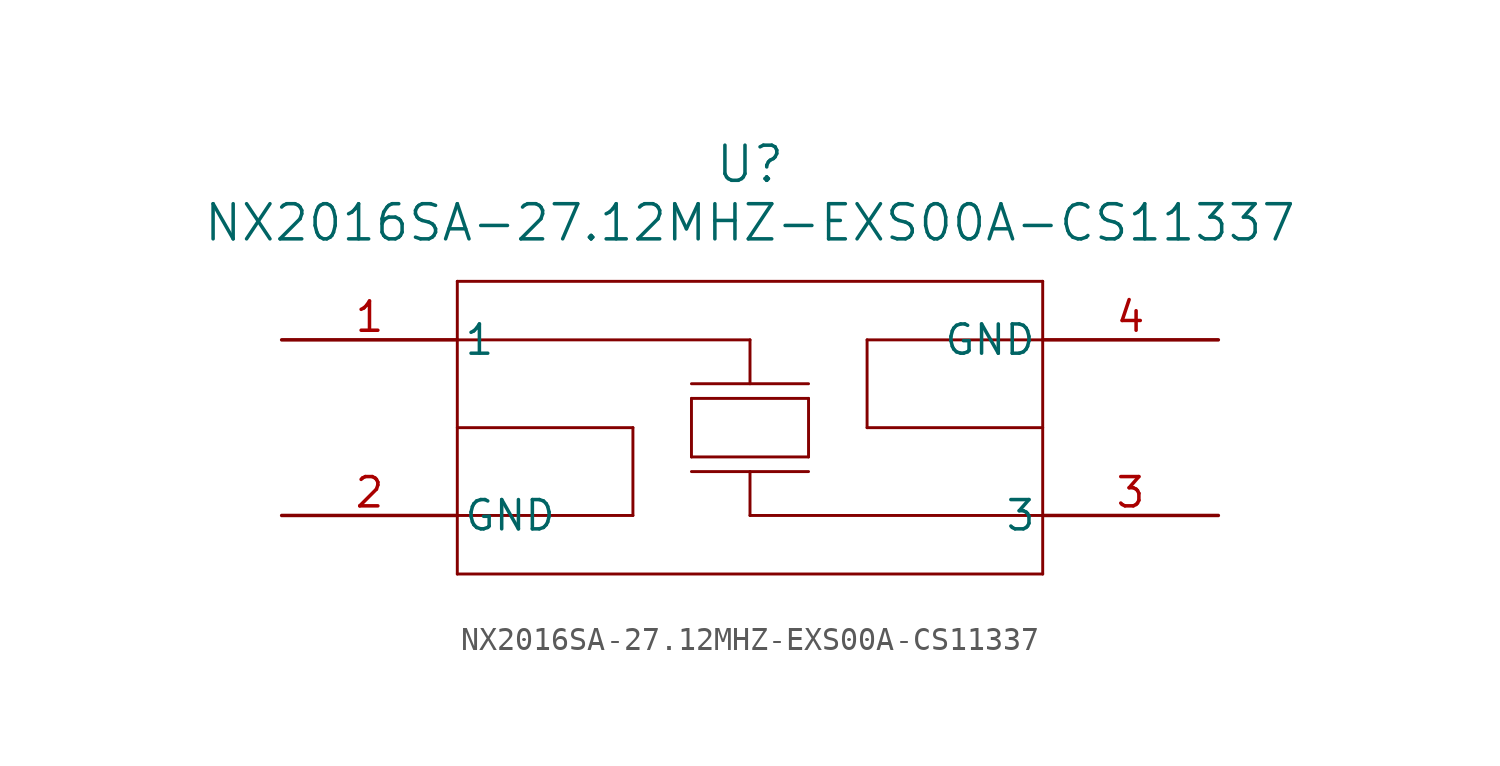
<source format=kicad_sym>
(kicad_symbol_lib
  (version 20211014)
  (generator kicad_symbol_editor)
  (symbol "NX2016SA-27.12MHZ-EXS00A-CS11337"
    (pin_names
      (offset 0.254))
    (property "Reference" "U"
      (at 20.32 7.62 0)
      (effects (font (size 1.524 1.524))))
    (property "Value" "NX2016SA-27.12MHZ-EXS00A-CS11337"
      (at 20.32 5.08 0)
      (effects (font (size 1.524 1.524))))
    (symbol "NX2016SA-27.12MHZ-EXS00A-CS11337_0_1"
      (polyline (pts (xy 7.62 2.54) (xy 7.62 -10.16)) (stroke (width 0.127) (type default) (color 0 0 0 0)) (fill (type none)))
      (polyline (pts (xy 7.62 -10.16) (xy 33.02 -10.16)) (stroke (width 0.127) (type default) (color 0 0 0 0)) (fill (type none)))
      (polyline (pts (xy 33.02 -10.16) (xy 33.02 2.54)) (stroke (width 0.127) (type default) (color 0 0 0 0)) (fill (type none)))
      (polyline (pts (xy 33.02 2.54) (xy 7.62 2.54)) (stroke (width 0.127) (type default) (color 0 0 0 0)) (fill (type none)))
      (polyline (pts (xy 17.78 -2.54) (xy 17.78 -5.08)) (stroke (width 0.127) (type default) (color 0 0 0 0)) (fill (type none)))
      (polyline (pts (xy 17.78 -5.08) (xy 22.86 -5.08)) (stroke (width 0.127) (type default) (color 0 0 0 0)) (fill (type none)))
      (polyline (pts (xy 22.86 -2.54) (xy 22.86 -5.08)) (stroke (width 0.127) (type default) (color 0 0 0 0)) (fill (type none)))
      (polyline (pts (xy 17.78 -2.54) (xy 22.86 -2.54)) (stroke (width 0.127) (type default) (color 0 0 0 0)) (fill (type none)))
      (polyline (pts (xy 17.78 -1.905) (xy 22.86 -1.905)) (stroke (width 0.127) (type default) (color 0 0 0 0)) (fill (type none)))
      (polyline (pts (xy 17.78 -5.715) (xy 22.86 -5.715)) (stroke (width 0.127) (type default) (color 0 0 0 0)) (fill (type none)))
      (polyline (pts (xy 7.62 0) (xy 20.32 0)) (stroke (width 0.127) (type default) (color 0 0 0 0)) (fill (type none)))
      (polyline (pts (xy 20.32 0) (xy 20.32 -1.905)) (stroke (width 0.127) (type default) (color 0 0 0 0)) (fill (type none)))
      (polyline (pts (xy 33.02 -7.62) (xy 20.32 -7.62)) (stroke (width 0.127) (type default) (color 0 0 0 0)) (fill (type none)))
      (polyline (pts (xy 20.32 -7.62) (xy 20.32 -5.715)) (stroke (width 0.127) (type default) (color 0 0 0 0)) (fill (type none)))
      (polyline (pts (xy 7.62 -7.62) (xy 15.24 -7.62)) (stroke (width 0.127) (type default) (color 0 0 0 0)) (fill (type none)))
      (polyline (pts (xy 15.24 -7.62) (xy 15.24 -3.81)) (stroke (width 0.127) (type default) (color 0 0 0 0)) (fill (type none)))
      (polyline (pts (xy 15.24 -3.81) (xy 7.62 -3.81)) (stroke (width 0.127) (type default) (color 0 0 0 0)) (fill (type none)))
      (polyline (pts (xy 33.02 0) (xy 25.4 0)) (stroke (width 0.127) (type default) (color 0 0 0 0)) (fill (type none)))
      (polyline (pts (xy 25.4 0) (xy 25.4 -3.81)) (stroke (width 0.127) (type default) (color 0 0 0 0)) (fill (type none)))
      (polyline (pts (xy 25.4 -3.81) (xy 33.02 -3.81)) (stroke (width 0.127) (type default) (color 0 0 0 0)) (fill (type none)))
      (pin unspecified line (at 0 0 0) (length 7.62) (name "1" (effects (font (size 1.27 1.27)))) (number "1" (effects (font (size 1.27 1.27)))))
      (pin unspecified line (at 0 -7.62 0) (length 7.62) (name "GND" (effects (font (size 1.27 1.27)))) (number "2" (effects (font (size 1.27 1.27)))))
      (pin unspecified line (at 40.64 -7.62 180) (length 7.62) (name "3" (effects (font (size 1.27 1.27)))) (number "3" (effects (font (size 1.27 1.27)))))
      (pin unspecified line (at 40.64 0 180) (length 7.62) (name "GND" (effects (font (size 1.27 1.27)))) (number "4" (effects (font (size 1.27 1.27))))))))
</source>
